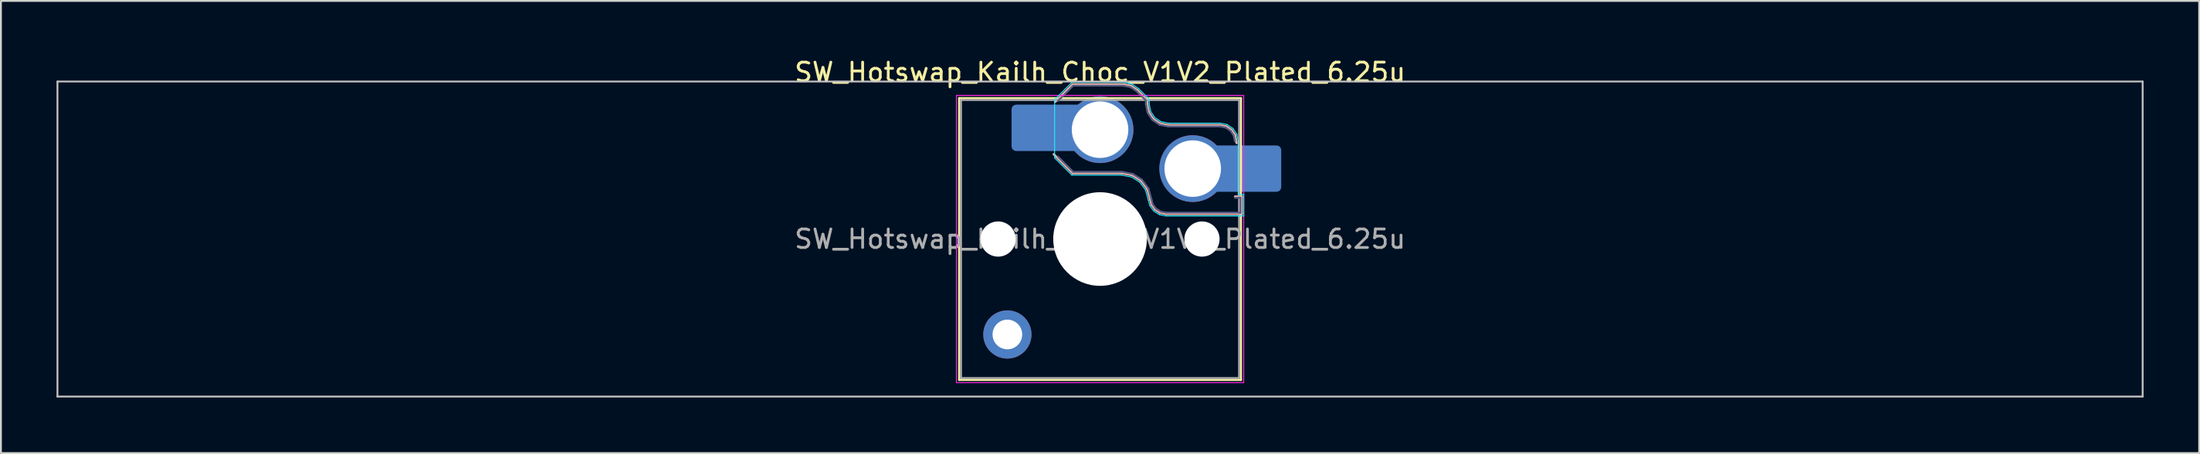
<source format=kicad_pcb>
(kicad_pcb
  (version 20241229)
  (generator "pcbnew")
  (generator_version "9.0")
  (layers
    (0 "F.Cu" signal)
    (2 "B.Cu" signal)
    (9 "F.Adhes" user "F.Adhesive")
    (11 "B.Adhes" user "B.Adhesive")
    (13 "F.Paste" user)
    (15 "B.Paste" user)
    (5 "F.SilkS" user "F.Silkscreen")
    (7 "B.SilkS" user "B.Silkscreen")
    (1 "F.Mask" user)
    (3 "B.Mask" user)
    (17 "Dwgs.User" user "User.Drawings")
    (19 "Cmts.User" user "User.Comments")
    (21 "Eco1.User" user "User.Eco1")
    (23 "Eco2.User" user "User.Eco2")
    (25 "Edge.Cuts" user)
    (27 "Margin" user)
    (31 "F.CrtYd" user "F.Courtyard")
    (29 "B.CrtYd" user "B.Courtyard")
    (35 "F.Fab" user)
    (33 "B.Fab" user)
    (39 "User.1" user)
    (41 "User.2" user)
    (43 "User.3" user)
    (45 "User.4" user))
  (footprint "SW_Hotswap_Kailh_Choc_V1V2_Plated_6.25u"
    (layer "F.Cu")
    (at 56.3 9.848)
    (property "Reference" "SW_Hotswap_Kailh_Choc_V1V2_Plated_6.25u" (at 0 -9 0) (layer "F.SilkS") (effects (font (size 1 1) (thickness 0.15))))
    (attr smd)
    (fp_line (start -7.6 -7.6) (end -7.6 7.6) (stroke (width 0.12) (type solid)) (layer "F.SilkS"))
    (fp_line (start -7.6 7.6) (end 7.6 7.6) (stroke (width 0.12) (type solid)) (layer "F.SilkS"))
    (fp_line (start 7.6 -7.6) (end -7.6 -7.6) (stroke (width 0.12) (type solid)) (layer "F.SilkS"))
    (fp_line (start 7.6 7.6) (end 7.6 -7.6) (stroke (width 0.12) (type solid)) (layer "F.SilkS"))
    (fp_line (start -2.416 -7.409) (end -1.479 -8.346) (stroke (width 0.12) (type solid)) (layer "B.SilkS"))
    (fp_line (start -1.479 -8.346) (end 1.268 -8.346) (stroke (width 0.12) (type solid)) (layer "B.SilkS"))
    (fp_line (start -1.479 -3.554) (end -2.5 -4.575) (stroke (width 0.12) (type solid)) (layer "B.SilkS"))
    (fp_line (start 1.168 -3.554) (end -1.479 -3.554) (stroke (width 0.12) (type solid)) (layer "B.SilkS"))
    (fp_line (start 1.268 -8.346) (end 1.671 -8.266) (stroke (width 0.12) (type solid)) (layer "B.SilkS"))
    (fp_line (start 1.671 -8.266) (end 2.013 -8.037) (stroke (width 0.12) (type solid)) (layer "B.SilkS"))
    (fp_line (start 1.73 -3.449) (end 1.168 -3.554) (stroke (width 0.12) (type solid)) (layer "B.SilkS"))
    (fp_line (start 2.013 -8.037) (end 2.546 -7.504) (stroke (width 0.12) (type solid)) (layer "B.SilkS"))
    (fp_line (start 2.209 -3.15) (end 1.73 -3.449) (stroke (width 0.12) (type solid)) (layer "B.SilkS"))
    (fp_line (start 2.546 -7.504) (end 2.546 -7.282) (stroke (width 0.12) (type solid)) (layer "B.SilkS"))
    (fp_line (start 2.546 -7.282) (end 2.633 -6.844) (stroke (width 0.12) (type solid)) (layer "B.SilkS"))
    (fp_line (start 2.547 -2.697) (end 2.209 -3.15) (stroke (width 0.12) (type solid)) (layer "B.SilkS"))
    (fp_line (start 2.633 -6.844) (end 2.877 -6.477) (stroke (width 0.12) (type solid)) (layer "B.SilkS"))
    (fp_line (start 2.701 -2.139) (end 2.547 -2.697) (stroke (width 0.12) (type solid)) (layer "B.SilkS"))
    (fp_line (start 2.783 -1.841) (end 2.701 -2.139) (stroke (width 0.12) (type solid)) (layer "B.SilkS"))
    (fp_line (start 2.877 -6.477) (end 3.244 -6.233) (stroke (width 0.12) (type solid)) (layer "B.SilkS"))
    (fp_line (start 2.976 -1.583) (end 2.783 -1.841) (stroke (width 0.12) (type solid)) (layer "B.SilkS"))
    (fp_line (start 3.244 -6.233) (end 3.682 -6.146) (stroke (width 0.12) (type solid)) (layer "B.SilkS"))
    (fp_line (start 3.25 -1.413) (end 2.976 -1.583) (stroke (width 0.12) (type solid)) (layer "B.SilkS"))
    (fp_line (start 3.56 -1.354) (end 3.25 -1.413) (stroke (width 0.12) (type solid)) (layer "B.SilkS"))
    (fp_line (start 3.682 -6.146) (end 6.482 -6.146) (stroke (width 0.12) (type solid)) (layer "B.SilkS"))
    (fp_line (start 6.482 -6.146) (end 6.809 -6.081) (stroke (width 0.12) (type solid)) (layer "B.SilkS"))
    (fp_line (start 6.809 -6.081) (end 7.092 -5.892) (stroke (width 0.12) (type solid)) (layer "B.SilkS"))
    (fp_line (start 7.092 -5.892) (end 7.281 -5.609) (stroke (width 0.12) (type solid)) (layer "B.SilkS"))
    (fp_line (start 7.281 -5.609) (end 7.366 -5.182) (stroke (width 0.12) (type solid)) (layer "B.SilkS"))
    (fp_line (start 7.283 -2.296) (end 7.646 -2.296) (stroke (width 0.12) (type solid)) (layer "B.SilkS"))
    (fp_line (start 7.646 -2.296) (end 7.646 -1.354) (stroke (width 0.12) (type solid)) (layer "B.SilkS"))
    (fp_line (start 7.646 -1.354) (end 3.56 -1.354) (stroke (width 0.12) (type solid)) (layer "B.SilkS"))
    (fp_line (start -56.25 -8.5) (end -56.25 8.5) (stroke (width 0.1) (type solid)) (layer "Dwgs.User"))
    (fp_line (start -56.25 8.5) (end 56.25 8.5) (stroke (width 0.1) (type solid)) (layer "Dwgs.User"))
    (fp_line (start 56.25 -8.5) (end -56.25 -8.5) (stroke (width 0.1) (type solid)) (layer "Dwgs.User"))
    (fp_line (start 56.25 8.5) (end 56.25 -8.5) (stroke (width 0.1) (type solid)) (layer "Dwgs.User"))
    (fp_line (start -7.25 -7.25) (end -7.25 7.25) (stroke (width 0.1) (type solid)) (layer "Eco1.User"))
    (fp_line (start -7.25 7.25) (end 7.25 7.25) (stroke (width 0.1) (type solid)) (layer "Eco1.User"))
    (fp_line (start 7.25 -7.25) (end -7.25 -7.25) (stroke (width 0.1) (type solid)) (layer "Eco1.User"))
    (fp_line (start 7.25 7.25) (end 7.25 -7.25) (stroke (width 0.1) (type solid)) (layer "Eco1.User"))
    (fp_line (start -2.452 -7.523) (end -1.523 -8.452) (stroke (width 0.05) (type solid)) (layer "B.CrtYd"))
    (fp_line (start -2.452 -4.377) (end -2.452 -7.523) (stroke (width 0.05) (type solid)) (layer "B.CrtYd"))
    (fp_line (start -1.523 -8.452) (end 1.278 -8.452) (stroke (width 0.05) (type solid)) (layer "B.CrtYd"))
    (fp_line (start -1.523 -3.448) (end -2.452 -4.377) (stroke (width 0.05) (type solid)) (layer "B.CrtYd"))
    (fp_line (start 1.159 -3.448) (end -1.523 -3.448) (stroke (width 0.05) (type solid)) (layer "B.CrtYd"))
    (fp_line (start 1.278 -8.452) (end 1.712 -8.366) (stroke (width 0.05) (type solid)) (layer "B.CrtYd"))
    (fp_line (start 1.691 -3.348) (end 1.159 -3.448) (stroke (width 0.05) (type solid)) (layer "B.CrtYd"))
    (fp_line (start 1.712 -8.366) (end 2.081 -8.119) (stroke (width 0.05) (type solid)) (layer "B.CrtYd"))
    (fp_line (start 2.081 -8.119) (end 2.652 -7.548) (stroke (width 0.05) (type solid)) (layer "B.CrtYd"))
    (fp_line (start 2.136 -3.071) (end 1.691 -3.348) (stroke (width 0.05) (type solid)) (layer "B.CrtYd"))
    (fp_line (start 2.45 -2.65) (end 2.136 -3.071) (stroke (width 0.05) (type solid)) (layer "B.CrtYd"))
    (fp_line (start 2.599 -2.111) (end 2.45 -2.65) (stroke (width 0.05) (type solid)) (layer "B.CrtYd"))
    (fp_line (start 2.652 -7.548) (end 2.652 -7.292) (stroke (width 0.05) (type solid)) (layer "B.CrtYd"))
    (fp_line (start 2.652 -7.292) (end 2.733 -6.885) (stroke (width 0.05) (type solid)) (layer "B.CrtYd"))
    (fp_line (start 2.687 -1.794) (end 2.599 -2.111) (stroke (width 0.05) (type solid)) (layer "B.CrtYd"))
    (fp_line (start 2.733 -6.885) (end 2.953 -6.553) (stroke (width 0.05) (type solid)) (layer "B.CrtYd"))
    (fp_line (start 2.903 -1.503) (end 2.687 -1.794) (stroke (width 0.05) (type solid)) (layer "B.CrtYd"))
    (fp_line (start 2.953 -6.553) (end 3.285 -6.333) (stroke (width 0.05) (type solid)) (layer "B.CrtYd"))
    (fp_line (start 3.211 -1.312) (end 2.903 -1.503) (stroke (width 0.05) (type solid)) (layer "B.CrtYd"))
    (fp_line (start 3.285 -6.333) (end 3.692 -6.252) (stroke (width 0.05) (type solid)) (layer "B.CrtYd"))
    (fp_line (start 3.55 -1.248) (end 3.211 -1.312) (stroke (width 0.05) (type solid)) (layer "B.CrtYd"))
    (fp_line (start 3.692 -6.252) (end 6.492 -6.252) (stroke (width 0.05) (type solid)) (layer "B.CrtYd"))
    (fp_line (start 6.492 -6.252) (end 6.85 -6.181) (stroke (width 0.05) (type solid)) (layer "B.CrtYd"))
    (fp_line (start 6.85 -6.181) (end 7.168 -5.968) (stroke (width 0.05) (type solid)) (layer "B.CrtYd"))
    (fp_line (start 7.168 -5.968) (end 7.381 -5.65) (stroke (width 0.05) (type solid)) (layer "B.CrtYd"))
    (fp_line (start 7.381 -5.65) (end 7.452 -5.292) (stroke (width 0.05) (type solid)) (layer "B.CrtYd"))
    (fp_line (start 7.452 -5.292) (end 7.452 -2.402) (stroke (width 0.05) (type solid)) (layer "B.CrtYd"))
    (fp_line (start 7.452 -2.402) (end 7.752 -2.402) (stroke (width 0.05) (type solid)) (layer "B.CrtYd"))
    (fp_line (start 7.752 -2.402) (end 7.752 -1.248) (stroke (width 0.05) (type solid)) (layer "B.CrtYd"))
    (fp_line (start 7.752 -1.248) (end 3.55 -1.248) (stroke (width 0.05) (type solid)) (layer "B.CrtYd"))
    (fp_line (start -7.75 -7.75) (end -7.75 7.75) (stroke (width 0.05) (type solid)) (layer "F.CrtYd"))
    (fp_line (start -7.75 7.75) (end 7.75 7.75) (stroke (width 0.05) (type solid)) (layer "F.CrtYd"))
    (fp_line (start 7.75 -7.75) (end -7.75 -7.75) (stroke (width 0.05) (type solid)) (layer "F.CrtYd"))
    (fp_line (start 7.75 7.75) (end 7.75 -7.75) (stroke (width 0.05) (type solid)) (layer "F.CrtYd"))
    (fp_line (start -2.275 -7.45) (end -1.45 -8.275) (stroke (width 0.1) (type solid)) (layer "B.Fab"))
    (fp_line (start -1.45 -8.275) (end 1.261 -8.275) (stroke (width 0.1) (type solid)) (layer "B.Fab"))
    (fp_line (start -1.45 -3.625) (end -2.275 -4.45) (stroke (width 0.1) (type solid)) (layer "B.Fab"))
    (fp_line (start 1.175 -3.625) (end -1.45 -3.625) (stroke (width 0.1) (type solid)) (layer "B.Fab"))
    (fp_line (start 1.261 -8.275) (end 1.643 -8.199) (stroke (width 0.1) (type solid)) (layer "B.Fab"))
    (fp_line (start 1.643 -8.199) (end 1.968 -7.982) (stroke (width 0.1) (type solid)) (layer "B.Fab"))
    (fp_line (start 1.756 -3.516) (end 1.175 -3.625) (stroke (width 0.1) (type solid)) (layer "B.Fab"))
    (fp_line (start 1.968 -7.982) (end 2.475 -7.475) (stroke (width 0.1) (type solid)) (layer "B.Fab"))
    (fp_line (start 2.258 -3.203) (end 1.756 -3.516) (stroke (width 0.1) (type solid)) (layer "B.Fab"))
    (fp_line (start 2.475 -7.475) (end 2.475 -7.275) (stroke (width 0.1) (type solid)) (layer "B.Fab"))
    (fp_line (start 2.475 -7.275) (end 2.566 -6.816) (stroke (width 0.1) (type solid)) (layer "B.Fab"))
    (fp_line (start 2.566 -6.816) (end 2.826 -6.426) (stroke (width 0.1) (type solid)) (layer "B.Fab"))
    (fp_line (start 2.612 -2.729) (end 2.258 -3.203) (stroke (width 0.1) (type solid)) (layer "B.Fab"))
    (fp_line (start 2.769 -2.158) (end 2.612 -2.729) (stroke (width 0.1) (type solid)) (layer "B.Fab"))
    (fp_line (start 2.826 -6.426) (end 3.216 -6.166) (stroke (width 0.1) (type solid)) (layer "B.Fab"))
    (fp_line (start 2.848 -1.873) (end 2.769 -2.158) (stroke (width 0.1) (type solid)) (layer "B.Fab"))
    (fp_line (start 3.025 -1.636) (end 2.848 -1.873) (stroke (width 0.1) (type solid)) (layer "B.Fab"))
    (fp_line (start 3.216 -6.166) (end 3.675 -6.075) (stroke (width 0.1) (type solid)) (layer "B.Fab"))
    (fp_line (start 3.276 -1.48) (end 3.025 -1.636) (stroke (width 0.1) (type solid)) (layer "B.Fab"))
    (fp_line (start 3.567 -1.425) (end 3.276 -1.48) (stroke (width 0.1) (type solid)) (layer "B.Fab"))
    (fp_line (start 3.675 -6.075) (end 6.475 -6.075) (stroke (width 0.1) (type solid)) (layer "B.Fab"))
    (fp_line (start 6.475 -6.075) (end 6.781 -6.014) (stroke (width 0.1) (type solid)) (layer "B.Fab"))
    (fp_line (start 6.781 -6.014) (end 7.041 -5.841) (stroke (width 0.1) (type solid)) (layer "B.Fab"))
    (fp_line (start 7.041 -5.841) (end 7.214 -5.581) (stroke (width 0.1) (type solid)) (layer "B.Fab"))
    (fp_line (start 7.214 -5.581) (end 7.275 -5.275) (stroke (width 0.1) (type solid)) (layer "B.Fab"))
    (fp_line (start 7.275 -2.225) (end 7.575 -2.225) (stroke (width 0.1) (type solid)) (layer "B.Fab"))
    (fp_line (start 7.575 -2.225) (end 7.575 -1.425) (stroke (width 0.1) (type solid)) (layer "B.Fab"))
    (fp_line (start 7.575 -1.425) (end 3.567 -1.425) (stroke (width 0.1) (type solid)) (layer "B.Fab"))
    (fp_line (start -7.5 -7.5) (end -7.5 7.5) (stroke (width 0.1) (type solid)) (layer "F.Fab"))
    (fp_line (start -7.5 7.5) (end 7.5 7.5) (stroke (width 0.1) (type solid)) (layer "F.Fab"))
    (fp_line (start 7.5 -7.5) (end -7.5 -7.5) (stroke (width 0.1) (type solid)) (layer "F.Fab"))
    (fp_line (start 7.5 7.5) (end 7.5 -7.5) (stroke (width 0.1) (type solid)) (layer "F.Fab"))
    (fp_text user "${REFERENCE}" (at 0 0 0) (layer "F.Fab") (effects (font (size 1 1) (thickness 0.15))))
    (pad "" np_thru_hole circle (at -5.5 0) (size 1.9 1.9) (drill 1.9) (layers "*.Cu" "*.Mask"))
    (pad "" thru_hole circle (at -5 5.15) (size 2.6 2.6) (drill 1.6) (layers "*.Cu" "*.Mask"))
    (pad "" smd roundrect (at -3.5 -6) (size 2.55 2.5) (layers "B.Mask" "B.Paste") (roundrect_rratio 0.1))
    (pad "" np_thru_hole circle (at 0 0) (size 5.05 5.05) (drill 5.05) (layers "*.Cu" "*.Mask"))
    (pad "" np_thru_hole circle (at 5.5 0) (size 1.9 1.9) (drill 1.9) (layers "*.Cu" "*.Mask"))
    (pad "" smd roundrect (at 8.5 -3.8) (size 2.55 2.5) (layers "B.Mask" "B.Paste") (roundrect_rratio 0.1))
    (pad "1" smd roundrect (at -2.85 -6) (size 3.85 2.5) (layers "B.Cu") (roundrect_rratio 0.1))
    (pad "1" thru_hole circle (at 0 -5.9) (size 3.6 3.6) (drill 3.05) (layers "*.Cu" "*.Mask"))
    (pad "2" thru_hole circle (at 5 -3.8) (size 3.6 3.6) (drill 3.05) (layers "*.Cu" "*.Mask"))
    (pad "2" smd roundrect (at 7.85 -3.8) (size 3.85 2.5) (layers "B.Cu") (roundrect_rratio 0.1)))
  (gr_rect
    (start -3 -3)
    (end 115.6 21.398)
    (stroke (width 0.1) (type default))
    (fill no)
    (layer "Edge.Cuts")))
</source>
